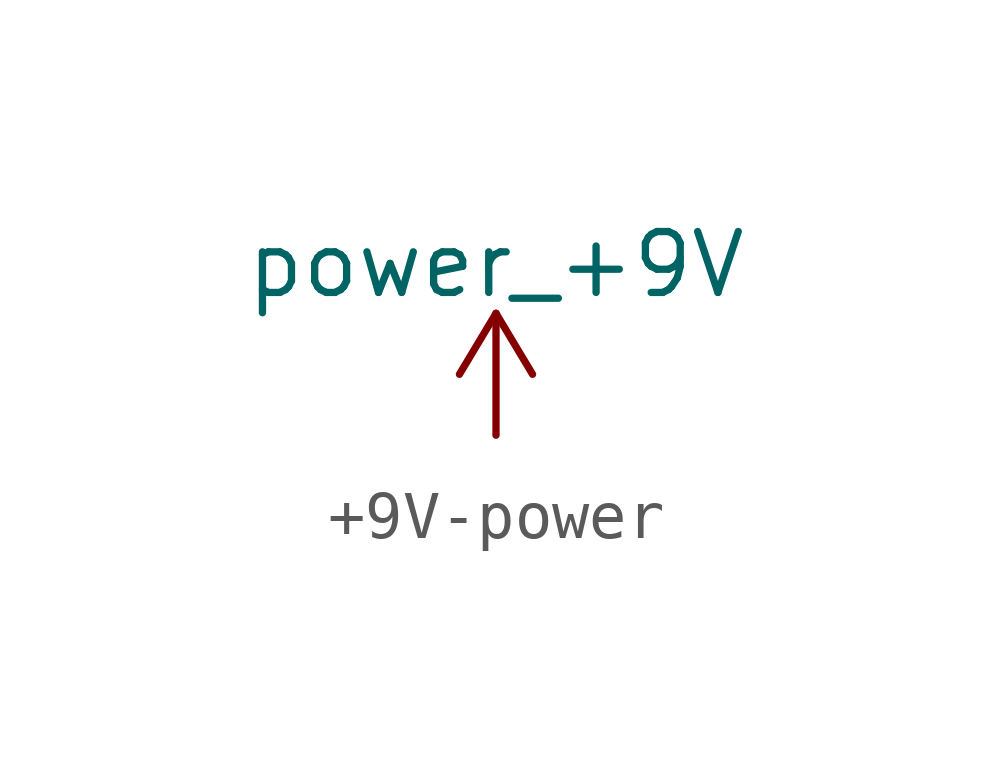
<source format=kicad_sym>
(kicad_symbol_lib
  (version 20231120)
  (generator "kicad_symbol_editor")
  (generator_version "8.0")
  (symbol "+9V-power"
    (power)
    (pin_names
      (offset 0))
    (property "Reference" "#PWR"
      (at 0 -3.81 0)
      (effects (font (size 1.27 1.27)) (hide yes)))
    (property "Value" "power_+9V"
      (at 0 3.556 0)
      (effects (font (size 1.27 1.27))))
    (symbol "+9V-power_0_1"
      (polyline (pts (xy -0.762 1.27) (xy 0 2.54)) (stroke (width 0) (type solid)) (fill (type none)))
      (polyline (pts (xy 0 0) (xy 0 2.54)) (stroke (width 0) (type solid)) (fill (type none)))
      (polyline (pts (xy 0 2.54) (xy 0.762 1.27)) (stroke (width 0) (type solid)) (fill (type none))))
    (symbol "+9V-power_1_1"
      (pin power_in line (at 0 0 90) (length 0) hide (name "+9V" (effects (font (size 1.27 1.27)))) (number "1" (effects (font (size 1.27 1.27))))))))
</source>
